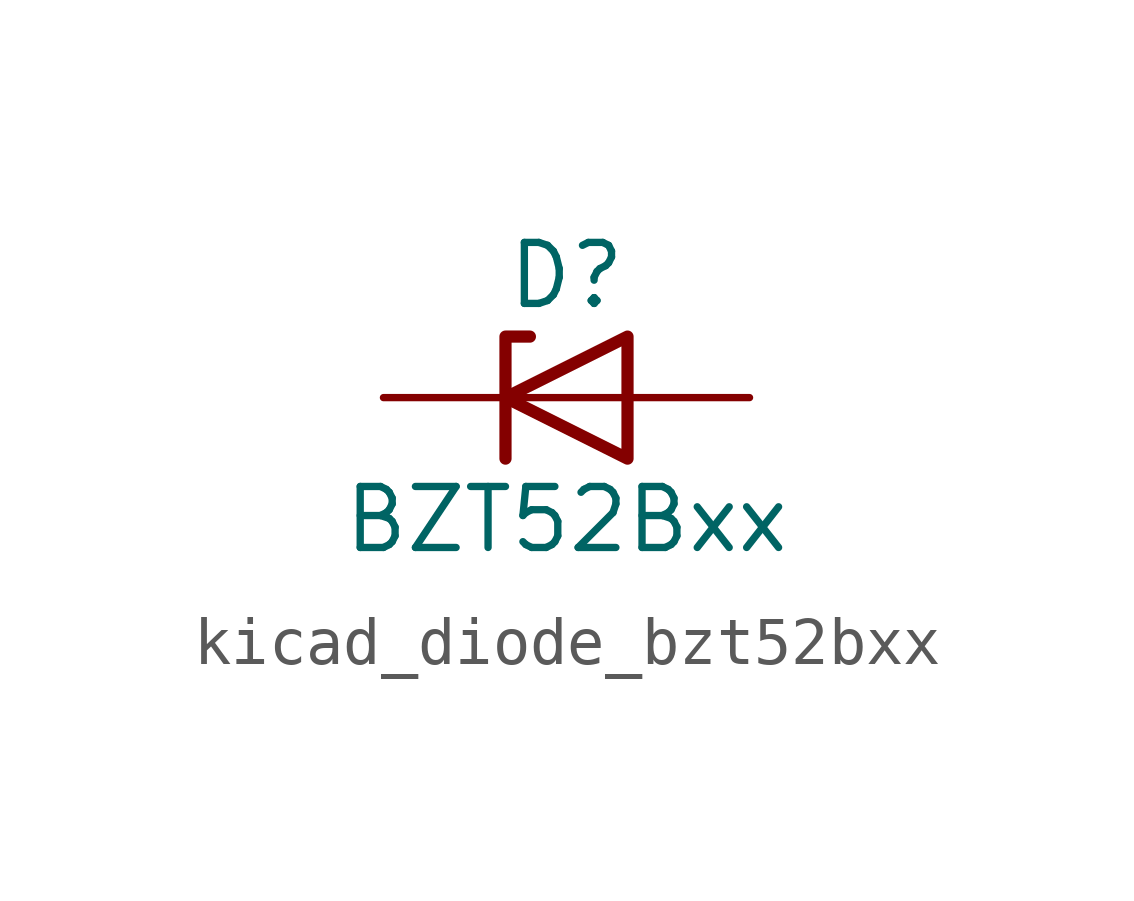
<source format=kicad_sym>
(kicad_symbol_lib
  (version 20220914)
  (generator kicad_symbol_editor)
  (symbol "kicad_diode_bzt52bxx"
    (pin_numbers hide)
    (pin_names hide)
    (property "Reference" "D"
      (at 0 2.54 0)
      (effects (font (size 1.27 1.27))))
    (property "Value" "BZT52Bxx"
      (at 0 -2.54 0)
      (effects (font (size 1.27 1.27))))
    (symbol "kicad_diode_bzt52bxx_0_1"
      (polyline (pts (xy 1.27 0) (xy -1.27 0)) (stroke (width 0) (type default)) (fill (type none)))
      (polyline (pts (xy -1.27 -1.27) (xy -1.27 1.27) (xy -0.762 1.27)) (stroke (width 0.254) (type default)) (fill (type none)))
      (polyline (pts (xy 1.27 -1.27) (xy 1.27 1.27) (xy -1.27 0) (xy 1.27 -1.27)) (stroke (width 0.254) (type default)) (fill (type none))))
    (symbol "kicad_diode_bzt52bxx_1_1"
      (pin passive line (at -3.81 0 0) (length 2.54) (name "K" (effects (font (size 1.27 1.27)))) (number "1" (effects (font (size 1.27 1.27)))))
      (pin passive line (at 3.81 0 180) (length 2.54) (name "A" (effects (font (size 1.27 1.27)))) (number "2" (effects (font (size 1.27 1.27))))))))
</source>
